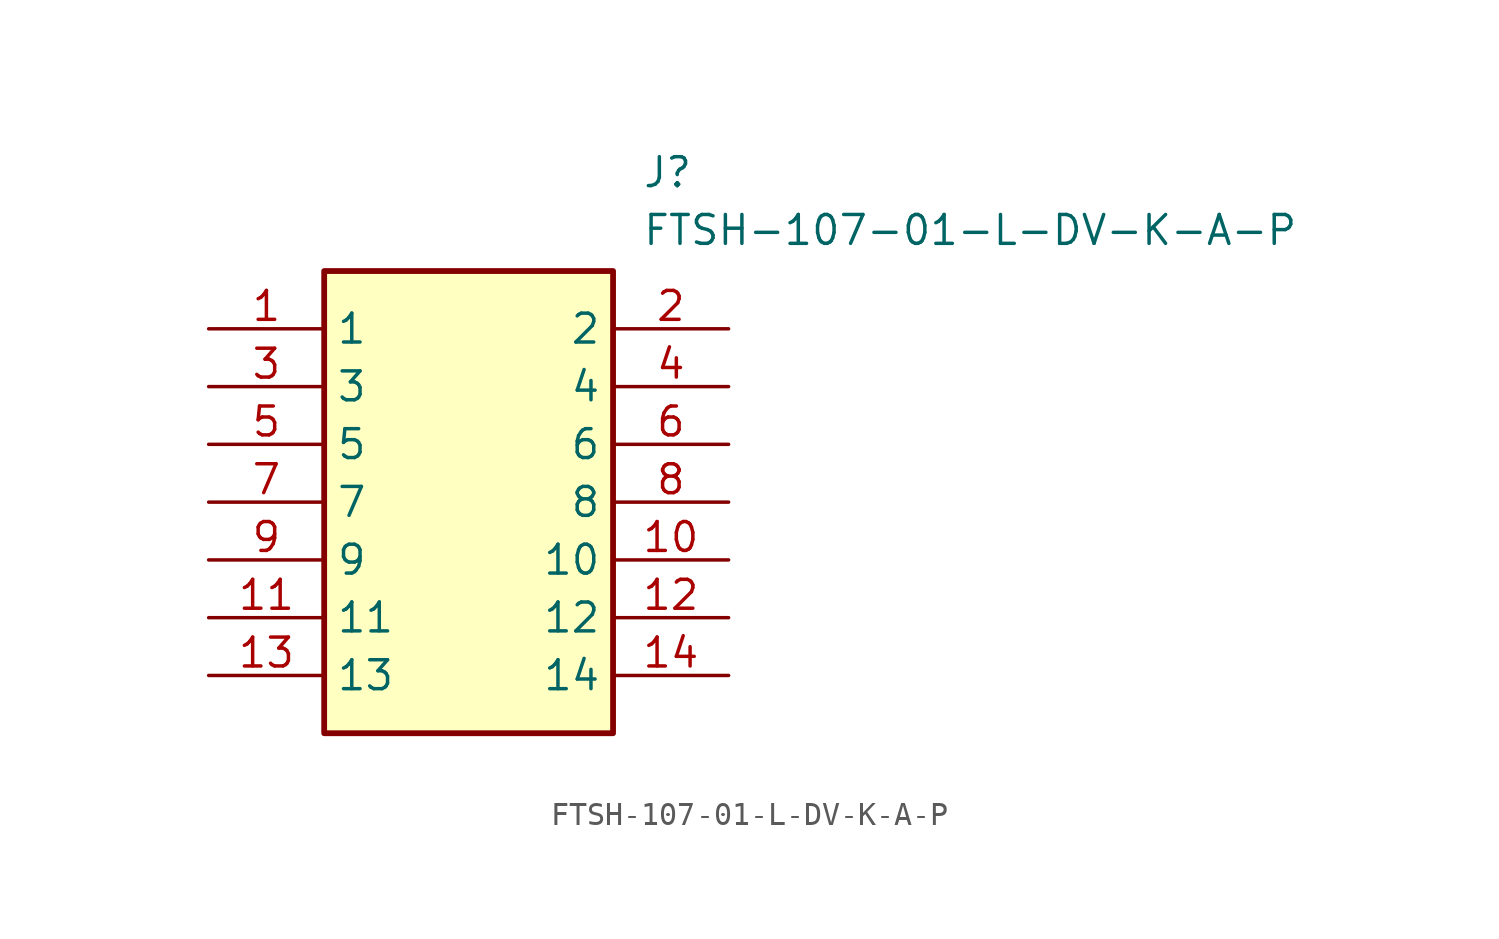
<source format=kicad_sym>
(kicad_symbol_lib
  (version 20211014)
  (generator SamacSys_ECAD_Model)
  (symbol "FTSH-107-01-L-DV-K-A-P"
    (property "Reference" "J"
      (at 19.05 7.62 0)
      (effects (font (size 1.27 1.27)) (justify left top)))
    (property "Value" "FTSH-107-01-L-DV-K-A-P"
      (at 19.05 5.08 0)
      (effects (font (size 1.27 1.27)) (justify left top)))
    (rectangle
      (start 5.08 2.54)
      (end 17.78 -17.78)
      (stroke (width 0.254) (type default))
      (fill (type background)))
    (pin passive line
      (at 0 0 0)
      (length 5.08)
      (name "1" (effects (font (size 1.27 1.27))))
      (number "1" (effects (font (size 1.27 1.27)))))
    (pin passive line
      (at 22.86 0 180)
      (length 5.08)
      (name "2" (effects (font (size 1.27 1.27))))
      (number "2" (effects (font (size 1.27 1.27)))))
    (pin passive line
      (at 0 -2.54 0)
      (length 5.08)
      (name "3" (effects (font (size 1.27 1.27))))
      (number "3" (effects (font (size 1.27 1.27)))))
    (pin passive line
      (at 22.86 -2.54 180)
      (length 5.08)
      (name "4" (effects (font (size 1.27 1.27))))
      (number "4" (effects (font (size 1.27 1.27)))))
    (pin passive line
      (at 0 -5.08 0)
      (length 5.08)
      (name "5" (effects (font (size 1.27 1.27))))
      (number "5" (effects (font (size 1.27 1.27)))))
    (pin passive line
      (at 22.86 -5.08 180)
      (length 5.08)
      (name "6" (effects (font (size 1.27 1.27))))
      (number "6" (effects (font (size 1.27 1.27)))))
    (pin passive line
      (at 0 -7.62 0)
      (length 5.08)
      (name "7" (effects (font (size 1.27 1.27))))
      (number "7" (effects (font (size 1.27 1.27)))))
    (pin passive line
      (at 22.86 -7.62 180)
      (length 5.08)
      (name "8" (effects (font (size 1.27 1.27))))
      (number "8" (effects (font (size 1.27 1.27)))))
    (pin passive line
      (at 0 -10.16 0)
      (length 5.08)
      (name "9" (effects (font (size 1.27 1.27))))
      (number "9" (effects (font (size 1.27 1.27)))))
    (pin passive line
      (at 22.86 -10.16 180)
      (length 5.08)
      (name "10" (effects (font (size 1.27 1.27))))
      (number "10" (effects (font (size 1.27 1.27)))))
    (pin passive line
      (at 0 -12.7 0)
      (length 5.08)
      (name "11" (effects (font (size 1.27 1.27))))
      (number "11" (effects (font (size 1.27 1.27)))))
    (pin passive line
      (at 22.86 -12.7 180)
      (length 5.08)
      (name "12" (effects (font (size 1.27 1.27))))
      (number "12" (effects (font (size 1.27 1.27)))))
    (pin passive line
      (at 0 -15.24 0)
      (length 5.08)
      (name "13" (effects (font (size 1.27 1.27))))
      (number "13" (effects (font (size 1.27 1.27)))))
    (pin passive line
      (at 22.86 -15.24 180)
      (length 5.08)
      (name "14" (effects (font (size 1.27 1.27))))
      (number "14" (effects (font (size 1.27 1.27)))))))
</source>
